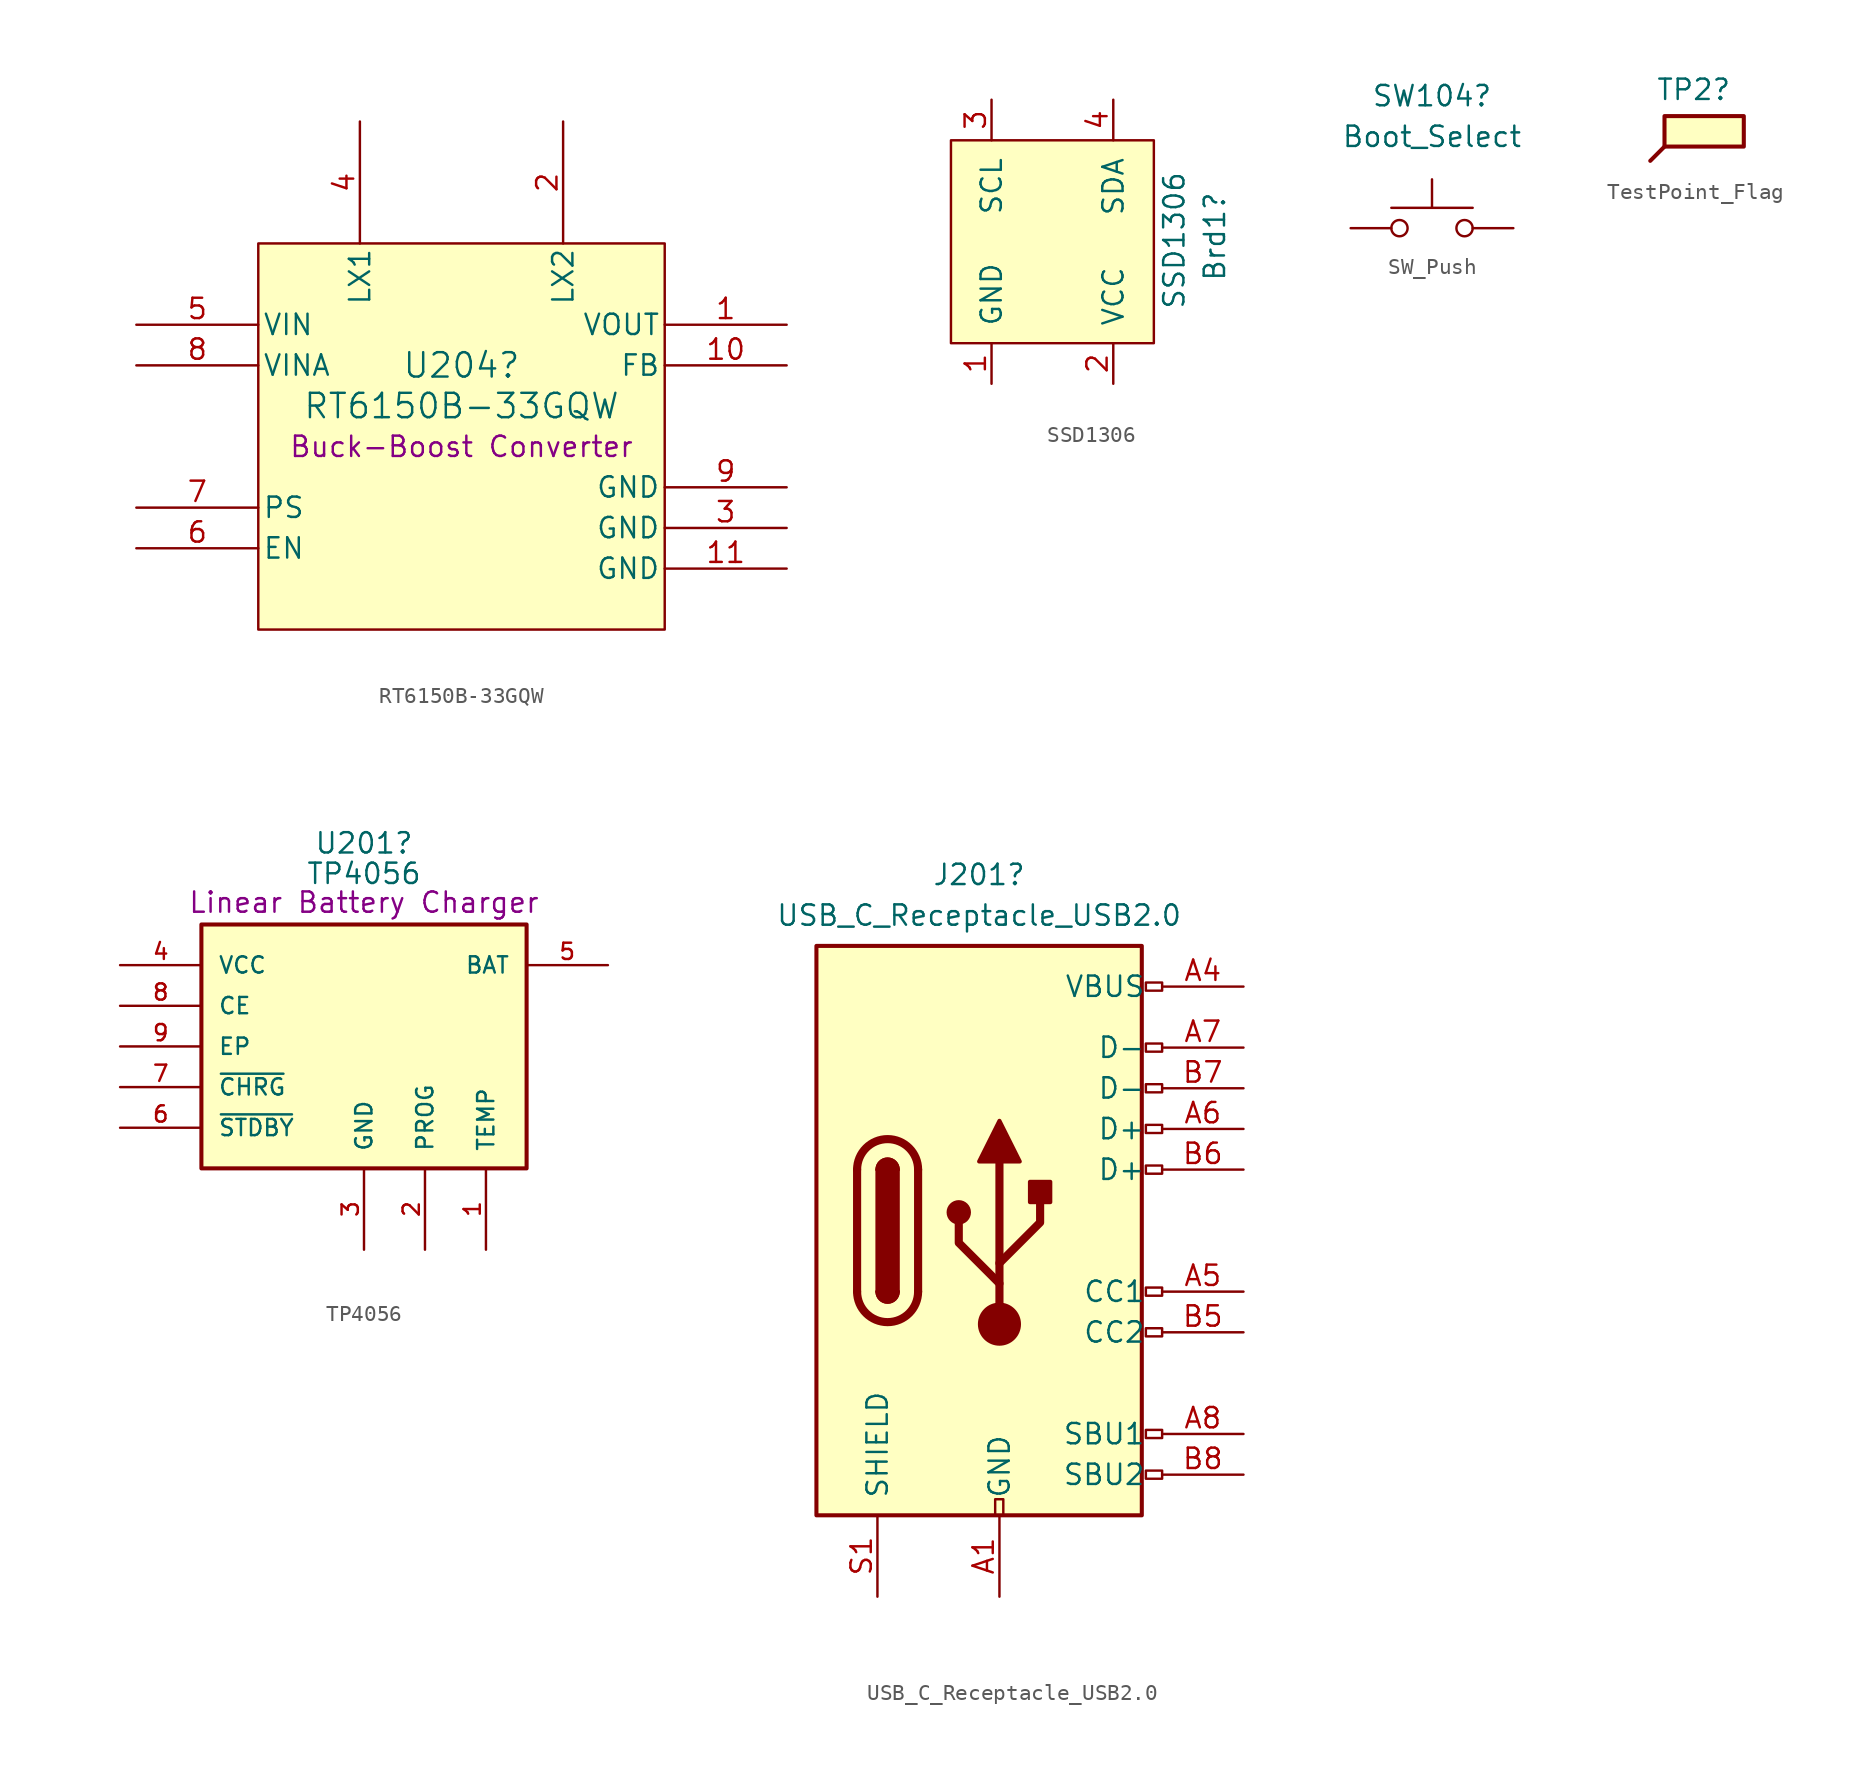
<source format=kicad_sym>
(kicad_symbol_lib
  (version 20220914)
  (generator kicad_symbol_editor)
  (symbol "RT6150B-33GQW"
    (pin_names
      (offset 0.254))
    (property "Reference" "U204"
      (at 20.32 -2.54 0)
      (effects (font (size 1.524 1.524))))
    (property "Value" "RT6150B-33GQW"
      (at 20.32 -5.08 0)
      (effects (font (size 1.524 1.524))))
    (property "Description" "Buck-Boost Converter"
      (at 20.32 -7.62 0)
      (effects (font (size 1.27 1.27))))
    (property "ki_locked" ""
      (at 0 0 0)
      (effects (font (size 1.27 1.27))))
    (symbol "RT6150B-33GQW_0_1"
      (pin output line (at 40.64 0 180) (length 7.62) (name "VOUT" (effects (font (size 1.27 1.27)))) (number "1" (effects (font (size 1.27 1.27)))))
      (pin input line (at 40.64 -2.54 180) (length 7.62) (name "FB" (effects (font (size 1.27 1.27)))) (number "10" (effects (font (size 1.27 1.27)))))
      (pin power_out line (at 40.64 -15.24 180) (length 7.62) (name "GND" (effects (font (size 1.27 1.27)))) (number "11" (effects (font (size 1.27 1.27)))))
      (pin unspecified line (at 26.67 12.7 270) (length 7.62) (name "LX2" (effects (font (size 1.27 1.27)))) (number "2" (effects (font (size 1.27 1.27)))))
      (pin power_out line (at 40.64 -12.7 180) (length 7.62) (name "GND" (effects (font (size 1.27 1.27)))) (number "3" (effects (font (size 1.27 1.27)))))
      (pin unspecified line (at 13.97 12.7 270) (length 7.62) (name "LX1" (effects (font (size 1.27 1.27)))) (number "4" (effects (font (size 1.27 1.27)))))
      (pin power_in line (at 0 0 0) (length 7.62) (name "VIN" (effects (font (size 1.27 1.27)))) (number "5" (effects (font (size 1.27 1.27)))))
      (pin input line (at 0 -13.97 0) (length 7.62) (name "EN" (effects (font (size 1.27 1.27)))) (number "6" (effects (font (size 1.27 1.27)))))
      (pin input line (at 0 -11.43 0) (length 7.62) (name "PS" (effects (font (size 1.27 1.27)))) (number "7" (effects (font (size 1.27 1.27)))))
      (pin input line (at 0 -2.54 0) (length 7.62) (name "VINA" (effects (font (size 1.27 1.27)))) (number "8" (effects (font (size 1.27 1.27)))))
      (pin power_out line (at 40.64 -10.16 180) (length 7.62) (name "GND" (effects (font (size 1.27 1.27)))) (number "9" (effects (font (size 1.27 1.27))))))
    (symbol "RT6150B-33GQW_1_1"
      (rectangle (start 7.62 5.08) (end 33.02 -19.05) (stroke (width 0) (type default)) (fill (type background)))))
  (symbol "SSD1306"
    (pin_names
      (offset 1.016))
    (property "Reference" "Brd1"
      (at 10.16 3.175 90)
      (effects (font (size 1.27 1.27)) (justify right)))
    (property "Value" "SSD1306"
      (at 7.62 4.445 90)
      (effects (font (size 1.27 1.27)) (justify right)))
    (symbol "SSD1306_0_1"
      (rectangle (start -6.35 6.35) (end 6.35 -6.35) (stroke (width 0) (type solid)) (fill (type background))))
    (symbol "SSD1306_1_1"
      (pin input line (at -3.81 -8.89 90) (length 2.54) (name "GND" (effects (font (size 1.27 1.27)))) (number "1" (effects (font (size 1.27 1.27)))))
      (pin input line (at 3.81 -8.89 90) (length 2.54) (name "VCC" (effects (font (size 1.27 1.27)))) (number "2" (effects (font (size 1.27 1.27)))))
      (pin input line (at -3.81 8.89 270) (length 2.54) (name "SCL" (effects (font (size 1.27 1.27)))) (number "3" (effects (font (size 1.27 1.27)))))
      (pin input line (at 3.81 8.89 270) (length 2.54) (name "SDA" (effects (font (size 1.27 1.27)))) (number "4" (effects (font (size 1.27 1.27)))))))
  (symbol "SW_Push"
    (pin_numbers hide)
    (pin_names
      (offset 1.016) hide)
    (property "Reference" "SW104"
      (at 0 8.255 0)
      (effects (font (size 1.27 1.27))))
    (property "Value" "Boot_Select"
      (at 0 5.715 0)
      (effects (font (size 1.27 1.27))))
    (symbol "SW_Push_0_1"
      (circle (center -2.032 0) (radius 0.508) (stroke (width 0) (type default)) (fill (type none)))
      (polyline (pts (xy 0 1.27) (xy 0 3.048)) (stroke (width 0) (type default)) (fill (type none)))
      (polyline (pts (xy 2.54 1.27) (xy -2.54 1.27)) (stroke (width 0) (type default)) (fill (type none)))
      (circle (center 2.032 0) (radius 0.508) (stroke (width 0) (type default)) (fill (type none)))
      (pin passive line (at -5.08 0 0) (length 2.54) (name "1" (effects (font (size 1.27 1.27)))) (number "1" (effects (font (size 1.27 1.27)))))
      (pin passive line (at 5.08 0 180) (length 2.54) (name "2" (effects (font (size 1.27 1.27)))) (number "2" (effects (font (size 1.27 1.27)))))))
  (symbol "TestPoint_Flag"
    (pin_numbers hide)
    (pin_names
      (offset 0.762) hide)
    (property "Reference" "TP2"
      (at 5.08 4.445 0)
      (effects (font (size 1.27 1.27)) (justify right)))
    (symbol "TestPoint_Flag_0_1"
      (polyline (pts (xy 0 0) (xy 0.889 0.889)) (stroke (width 0.254) (type default)) (fill (type none)))
      (rectangle (start 0.889 2.794) (end 5.842 0.889) (stroke (width 0.254) (type default)) (fill (type background))))
    (symbol "TestPoint_Flag_1_1"
      (pin passive line (at 0 0 90) (length 0) (name "1" (effects (font (size 1.27 1.27)))) (number "1" (effects (font (size 1.27 1.27)))))))
  (symbol "TP4056"
    (pin_names
      (offset 1.016))
    (property "Reference" "U201"
      (at 0 17.78 0)
      (effects (font (size 1.27 1.27))))
    (property "Value" "TP4056"
      (at 0 15.875 0)
      (effects (font (size 1.27 1.27))))
    (property "Description" "Linear Battery Charger"
      (at 0 13.335 0)
      (effects (font (size 1.27 1.27)) (justify bottom)))
    (symbol "TP4056_0_0"
      (rectangle (start -10.16 12.7) (end 10.16 -2.54) (stroke (width 0.254) (type default)) (fill (type background)))
      (pin input line (at 7.62 -7.62 90) (length 5.08) (name "TEMP" (effects (font (size 1.016 1.016)))) (number "1" (effects (font (size 1.016 1.016)))))
      (pin bidirectional line (at 3.81 -7.62 90) (length 5.08) (name "PROG" (effects (font (size 1.016 1.016)))) (number "2" (effects (font (size 1.016 1.016)))))
      (pin power_in line (at 0 -7.62 90) (length 5.08) (name "GND" (effects (font (size 1.016 1.016)))) (number "3" (effects (font (size 1.016 1.016)))))
      (pin power_in line (at -15.24 10.16 0) (length 5.08) (name "VCC" (effects (font (size 1.016 1.016)))) (number "4" (effects (font (size 1.016 1.016)))))
      (pin output line (at 15.24 10.16 180) (length 5.08) (name "BAT" (effects (font (size 1.016 1.016)))) (number "5" (effects (font (size 1.016 1.016)))))
      (pin output line (at -15.24 0 0) (length 5.08) (name "~{STDBY}" (effects (font (size 1.016 1.016)))) (number "6" (effects (font (size 1.016 1.016)))))
      (pin output line (at -15.24 2.54 0) (length 5.08) (name "~{CHRG}" (effects (font (size 1.016 1.016)))) (number "7" (effects (font (size 1.016 1.016)))))
      (pin input line (at -15.24 7.62 0) (length 5.08) (name "CE" (effects (font (size 1.016 1.016)))) (number "8" (effects (font (size 1.016 1.016)))))
      (pin passive line (at -15.24 5.08 0) (length 5.08) (name "EP" (effects (font (size 1.016 1.016)))) (number "9" (effects (font (size 1.016 1.016)))))))
  (symbol "USB_C_Receptacle_USB2.0"
    (pin_names
      (offset 1.016))
    (property "Reference" "J201"
      (at -1.27 22.225 0)
      (effects (font (size 1.27 1.27))))
    (property "Value" "USB_C_Receptacle_USB2.0"
      (at -1.27 19.685 0)
      (effects (font (size 1.27 1.27))))
    (symbol "USB_C_Receptacle_USB2.0_0_0"
      (rectangle (start -0.267 -16.774) (end 0.241 -17.79) (stroke (width 0) (type default)) (fill (type none)))
      (rectangle (start 10.16 -14.986) (end 9.144 -15.494) (stroke (width 0) (type default)) (fill (type none)))
      (rectangle (start 10.16 -12.446) (end 9.144 -12.954) (stroke (width 0) (type default)) (fill (type none)))
      (rectangle (start 10.16 -6.096) (end 9.144 -6.604) (stroke (width 0) (type default)) (fill (type none)))
      (rectangle (start 10.16 -3.556) (end 9.144 -4.064) (stroke (width 0) (type default)) (fill (type none)))
      (rectangle (start 10.16 4.064) (end 9.144 3.556) (stroke (width 0) (type default)) (fill (type none)))
      (rectangle (start 10.16 6.604) (end 9.144 6.096) (stroke (width 0) (type default)) (fill (type none)))
      (rectangle (start 10.16 9.144) (end 9.144 8.636) (stroke (width 0) (type default)) (fill (type none)))
      (rectangle (start 10.16 11.684) (end 9.144 11.176) (stroke (width 0) (type default)) (fill (type none)))
      (rectangle (start 10.16 15.494) (end 9.144 14.986) (stroke (width 0) (type default)) (fill (type none))))
    (symbol "USB_C_Receptacle_USB2.0_0_1"
      (rectangle (start -11.43 17.78) (end 8.89 -17.78) (stroke (width 0.254) (type default)) (fill (type background)))
      (arc (start -8.89 -3.81) (mid -6.985 -5.7067) (end -5.08 -3.81) (stroke (width 0.508) (type default)) (fill (type none)))
      (arc (start -7.62 -3.81) (mid -6.985 -4.4423) (end -6.35 -3.81) (stroke (width 0.254) (type default)) (fill (type none)))
      (arc (start -7.62 -3.81) (mid -6.985 -4.4423) (end -6.35 -3.81) (stroke (width 0.254) (type default)) (fill (type outline)))
      (rectangle (start -7.62 -3.81) (end -6.35 3.81) (stroke (width 0.254) (type default)) (fill (type outline)))
      (arc (start -6.35 3.81) (mid -6.985 4.4423) (end -7.62 3.81) (stroke (width 0.254) (type default)) (fill (type none)))
      (arc (start -6.35 3.81) (mid -6.985 4.4423) (end -7.62 3.81) (stroke (width 0.254) (type default)) (fill (type outline)))
      (arc (start -5.08 3.81) (mid -6.985 5.7067) (end -8.89 3.81) (stroke (width 0.508) (type default)) (fill (type none)))
      (circle (center -2.54 1.143) (radius 0.635) (stroke (width 0.254) (type default)) (fill (type outline)))
      (circle (center 0 -5.842) (radius 1.27) (stroke (width 0) (type default)) (fill (type outline)))
      (polyline (pts (xy -8.89 -3.81) (xy -8.89 3.81)) (stroke (width 0.508) (type default)) (fill (type none)))
      (polyline (pts (xy -5.08 3.81) (xy -5.08 -3.81)) (stroke (width 0.508) (type default)) (fill (type none)))
      (polyline (pts (xy 0 -5.842) (xy 0 4.318)) (stroke (width 0.508) (type default)) (fill (type none)))
      (polyline (pts (xy 0 -3.302) (xy -2.54 -0.762) (xy -2.54 0.508)) (stroke (width 0.508) (type default)) (fill (type none)))
      (polyline (pts (xy 0 -2.032) (xy 2.54 0.508) (xy 2.54 1.778)) (stroke (width 0.508) (type default)) (fill (type none)))
      (polyline (pts (xy -1.27 4.318) (xy 0 6.858) (xy 1.27 4.318) (xy -1.27 4.318)) (stroke (width 0.254) (type default)) (fill (type outline)))
      (rectangle (start 1.905 1.778) (end 3.175 3.048) (stroke (width 0.254) (type default)) (fill (type outline))))
    (symbol "USB_C_Receptacle_USB2.0_1_1"
      (pin passive line (at 0 -22.86 90) (length 5.08) (name "GND" (effects (font (size 1.27 1.27)))) (number "A1" (effects (font (size 1.27 1.27)))))
      (pin passive line (at 0 -22.86 90) (length 5.08) hide (name "GND" (effects (font (size 1.27 1.27)))) (number "A12" (effects (font (size 1.27 1.27)))))
      (pin passive line (at 15.24 15.24 180) (length 5.08) (name "VBUS" (effects (font (size 1.27 1.27)))) (number "A4" (effects (font (size 1.27 1.27)))))
      (pin bidirectional line (at 15.24 -3.81 180) (length 5.08) (name "CC1" (effects (font (size 1.27 1.27)))) (number "A5" (effects (font (size 1.27 1.27)))))
      (pin bidirectional line (at 15.24 6.35 180) (length 5.08) (name "D+" (effects (font (size 1.27 1.27)))) (number "A6" (effects (font (size 1.27 1.27)))))
      (pin bidirectional line (at 15.24 11.43 180) (length 5.08) (name "D-" (effects (font (size 1.27 1.27)))) (number "A7" (effects (font (size 1.27 1.27)))))
      (pin bidirectional line (at 15.24 -12.7 180) (length 5.08) (name "SBU1" (effects (font (size 1.27 1.27)))) (number "A8" (effects (font (size 1.27 1.27)))))
      (pin passive line (at 15.24 15.24 180) (length 5.08) hide (name "VBUS" (effects (font (size 1.27 1.27)))) (number "A9" (effects (font (size 1.27 1.27)))))
      (pin passive line (at 0 -22.86 90) (length 5.08) hide (name "GND" (effects (font (size 1.27 1.27)))) (number "B1" (effects (font (size 1.27 1.27)))))
      (pin passive line (at 0 -22.86 90) (length 5.08) hide (name "GND" (effects (font (size 1.27 1.27)))) (number "B12" (effects (font (size 1.27 1.27)))))
      (pin passive line (at 15.24 15.24 180) (length 5.08) hide (name "VBUS" (effects (font (size 1.27 1.27)))) (number "B4" (effects (font (size 1.27 1.27)))))
      (pin bidirectional line (at 15.24 -6.35 180) (length 5.08) (name "CC2" (effects (font (size 1.27 1.27)))) (number "B5" (effects (font (size 1.27 1.27)))))
      (pin bidirectional line (at 15.24 3.81 180) (length 5.08) (name "D+" (effects (font (size 1.27 1.27)))) (number "B6" (effects (font (size 1.27 1.27)))))
      (pin bidirectional line (at 15.24 8.89 180) (length 5.08) (name "D-" (effects (font (size 1.27 1.27)))) (number "B7" (effects (font (size 1.27 1.27)))))
      (pin bidirectional line (at 15.24 -15.24 180) (length 5.08) (name "SBU2" (effects (font (size 1.27 1.27)))) (number "B8" (effects (font (size 1.27 1.27)))))
      (pin passive line (at 15.24 15.24 180) (length 5.08) hide (name "VBUS" (effects (font (size 1.27 1.27)))) (number "B9" (effects (font (size 1.27 1.27)))))
      (pin passive line (at -7.62 -22.86 90) (length 5.08) (name "SHIELD" (effects (font (size 1.27 1.27)))) (number "S1" (effects (font (size 1.27 1.27))))))))
</source>
